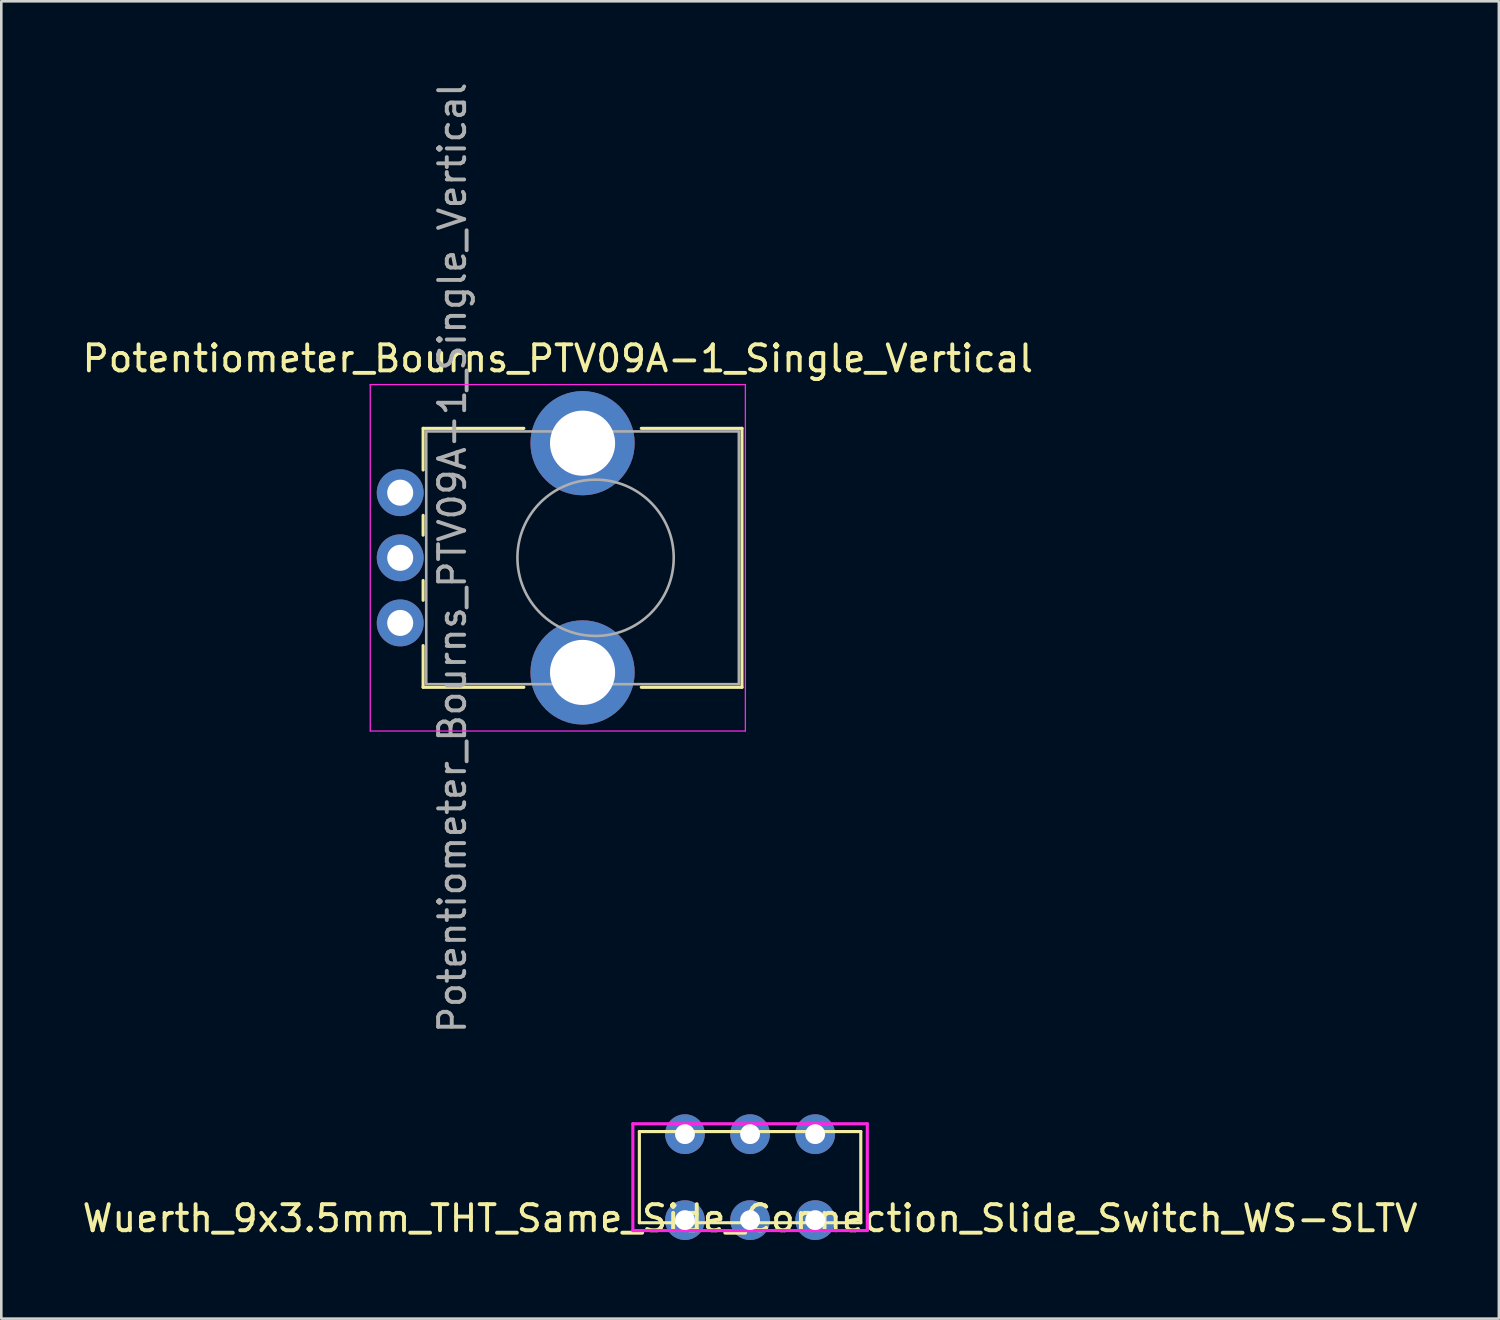
<source format=kicad_pcb>
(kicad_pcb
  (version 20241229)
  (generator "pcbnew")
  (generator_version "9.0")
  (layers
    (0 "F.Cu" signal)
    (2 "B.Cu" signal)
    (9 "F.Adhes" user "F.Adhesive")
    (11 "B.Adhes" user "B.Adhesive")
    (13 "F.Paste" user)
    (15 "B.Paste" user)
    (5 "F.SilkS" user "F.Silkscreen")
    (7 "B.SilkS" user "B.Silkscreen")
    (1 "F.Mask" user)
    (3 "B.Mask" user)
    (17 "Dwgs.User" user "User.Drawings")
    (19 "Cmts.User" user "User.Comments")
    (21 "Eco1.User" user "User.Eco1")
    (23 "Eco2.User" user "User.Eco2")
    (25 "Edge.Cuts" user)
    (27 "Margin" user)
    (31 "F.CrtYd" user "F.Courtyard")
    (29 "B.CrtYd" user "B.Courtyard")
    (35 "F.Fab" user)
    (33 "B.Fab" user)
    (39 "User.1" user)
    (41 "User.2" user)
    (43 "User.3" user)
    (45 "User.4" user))
  (footprint "Wuerth_9x3.5mm_THT_Same_Side_Connection_Slide_Switch_WS-SLTV"
    (layer "F.Cu")
    (at 25.744 42.138)
    (property "Reference" "Wuerth_9x3.5mm_THT_Same_Side_Connection_Slide_Switch_WS-SLTV" (at 0 1.583 0) (layer "F.SilkS") (effects (font (size 1 1) (thickness 0.15))))
    (attr through_hole)
    (fp_line (start -4.25 -1.75) (end 4.25 -1.75) (stroke (width 0.12) (type solid)) (layer "F.SilkS"))
    (fp_line (start -4.25 1.75) (end -4.25 -1.75) (stroke (width 0.12) (type solid)) (layer "F.SilkS"))
    (fp_line (start 4.25 -1.75) (end 4.25 1.75) (stroke (width 0.12) (type solid)) (layer "F.SilkS"))
    (fp_line (start 4.25 1.75) (end -4.25 1.75) (stroke (width 0.12) (type solid)) (layer "F.SilkS"))
    (fp_line (start -4.5 -2.05) (end -4.5 2.05) (stroke (width 0.12) (type solid)) (layer "F.CrtYd"))
    (fp_line (start -4.5 -2.05) (end 4.5 -2.05) (stroke (width 0.12) (type solid)) (layer "F.CrtYd"))
    (fp_line (start 4.5 -2.05) (end 4.5 2.05) (stroke (width 0.12) (type solid)) (layer "F.CrtYd"))
    (fp_line (start 4.5 2.05) (end -4.5 2.05) (stroke (width 0.12) (type solid)) (layer "F.CrtYd"))
    (pad "1" thru_hole circle (at 2.5 -1.65) (size 1.524 1.524) (drill 0.762) (layers "*.Cu" "*.Mask"))
    (pad "2" thru_hole circle (at 0 -1.65) (size 1.524 1.524) (drill 0.762) (layers "*.Cu" "*.Mask"))
    (pad "3" thru_hole circle (at -2.5 -1.65) (size 1.524 1.524) (drill 0.762) (layers "*.Cu" "*.Mask"))
    (pad "4" thru_hole circle (at 2.5 1.65) (size 1.524 1.524) (drill 0.762) (layers "*.Cu" "*.Mask"))
    (pad "5" thru_hole circle (at 0 1.65) (size 1.524 1.524) (drill 0.762) (layers "*.Cu" "*.Mask"))
    (pad "6" thru_hole circle (at -2.5 1.65) (size 1.524 1.524) (drill 0.762) (layers "*.Cu" "*.Mask")))
  (footprint "Potentiometer_Bourns_PTV09A-1_Single_Vertical"
    (layer "F.Cu")
    (at 12.313 20.863)
    (property "Reference" "Potentiometer_Bourns_PTV09A-1_Single_Vertical" (at 6.05 -10.15 0) (layer "F.SilkS") (effects (font (size 1 1) (thickness 0.15))))
    (attr through_hole)
    (fp_line (start 0.88 -7.47) (end 0.88 -5.871) (stroke (width 0.12) (type solid)) (layer "F.SilkS"))
    (fp_line (start 0.88 -7.47) (end 4.745 -7.47) (stroke (width 0.12) (type solid)) (layer "F.SilkS"))
    (fp_line (start 0.88 -4.129) (end 0.88 -3.37) (stroke (width 0.12) (type solid)) (layer "F.SilkS"))
    (fp_line (start 0.88 -1.629) (end 0.88 -0.87) (stroke (width 0.12) (type solid)) (layer "F.SilkS"))
    (fp_line (start 0.88 0.87) (end 0.88 2.47) (stroke (width 0.12) (type solid)) (layer "F.SilkS"))
    (fp_line (start 0.88 2.47) (end 4.745 2.47) (stroke (width 0.12) (type solid)) (layer "F.SilkS"))
    (fp_line (start 9.255 -7.47) (end 13.12 -7.47) (stroke (width 0.12) (type solid)) (layer "F.SilkS"))
    (fp_line (start 9.255 2.47) (end 13.12 2.47) (stroke (width 0.12) (type solid)) (layer "F.SilkS"))
    (fp_line (start 13.12 -7.47) (end 13.12 2.47) (stroke (width 0.12) (type solid)) (layer "F.SilkS"))
    (fp_line (start -1.15 -9.15) (end -1.15 4.15) (stroke (width 0.05) (type solid)) (layer "F.CrtYd"))
    (fp_line (start -1.15 4.15) (end 13.25 4.15) (stroke (width 0.05) (type solid)) (layer "F.CrtYd"))
    (fp_line (start 13.25 -9.15) (end -1.15 -9.15) (stroke (width 0.05) (type solid)) (layer "F.CrtYd"))
    (fp_line (start 13.25 4.15) (end 13.25 -9.15) (stroke (width 0.05) (type solid)) (layer "F.CrtYd"))
    (fp_line (start 1 -7.35) (end 1 2.35) (stroke (width 0.1) (type solid)) (layer "F.Fab"))
    (fp_line (start 1 2.35) (end 13 2.35) (stroke (width 0.1) (type solid)) (layer "F.Fab"))
    (fp_line (start 13 -7.35) (end 1 -7.35) (stroke (width 0.1) (type solid)) (layer "F.Fab"))
    (fp_line (start 13 2.35) (end 13 -7.35) (stroke (width 0.1) (type solid)) (layer "F.Fab"))
    (fp_circle (center 7.5 -2.5) (end 10.5 -2.5) (stroke (width 0.1) (type solid)) (fill no) (layer "F.Fab"))
    (fp_text user "${REFERENCE}" (at 2 -2.5 90) (layer "F.Fab") (effects (font (size 1 1) (thickness 0.15))))
    (pad "" thru_hole circle (at 7 -6.9) (size 4 4) (drill 2.5) (layers "*.Cu" "*.Mask"))
    (pad "" thru_hole circle (at 7 1.9) (size 4 4) (drill 2.5) (layers "*.Cu" "*.Mask"))
    (pad "1" thru_hole circle (at 0 0) (size 1.8 1.8) (drill 1) (layers "*.Cu" "*.Mask"))
    (pad "2" thru_hole circle (at 0 -2.5) (size 1.8 1.8) (drill 1) (layers "*.Cu" "*.Mask"))
    (pad "3" thru_hole circle (at 0 -5) (size 1.8 1.8) (drill 1) (layers "*.Cu" "*.Mask")))
  (gr_rect
    (start -3 -3)
    (end 54.488 47.569)
    (stroke (width 0.1) (type default))
    (fill no)
    (layer "Edge.Cuts")))
</source>
